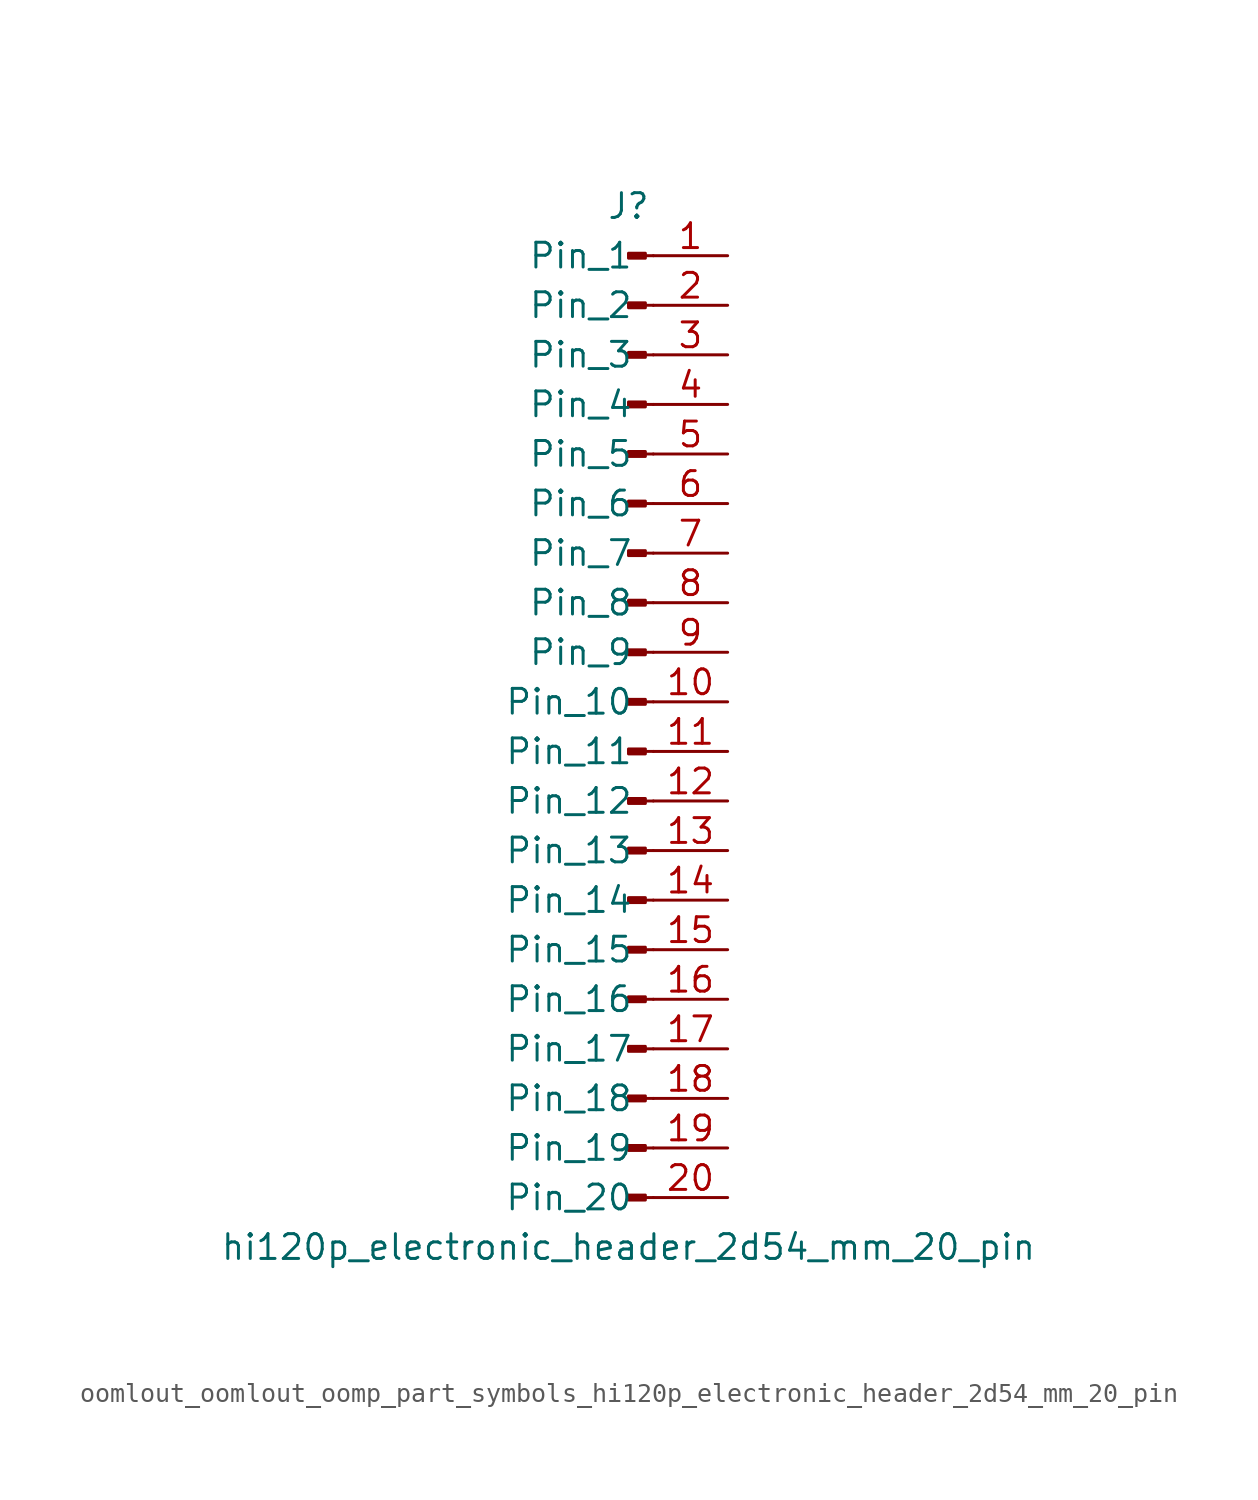
<source format=kicad_sym>
(kicad_symbol_lib
  (version 20220914)
  (generator kicad_symbol_editor)
  (symbol "oomlout_oomlout_oomp_part_symbols_hi120p_electronic_header_2d54_mm_20_pin"
    (pin_names
      (offset 1.016))
    (property "Reference" "J"
      (at 0 25.4 0)
      (effects (font (size 1.27 1.27))))
    (property "Value" "hi120p_electronic_header_2d54_mm_20_pin"
      (at 0 -27.94 0)
      (effects (font (size 1.27 1.27))))
    (property "ki_locked" ""
      (at 0 0 0)
      (effects (font (size 1.27 1.27))))
    (symbol "oomlout_oomlout_oomp_part_symbols_hi120p_electronic_header_2d54_mm_20_pin_1_1"
      (polyline (pts (xy 1.27 -25.4) (xy 0.864 -25.4)) (stroke (width 0.152) (type default)) (fill (type none)))
      (polyline (pts (xy 1.27 -22.86) (xy 0.864 -22.86)) (stroke (width 0.152) (type default)) (fill (type none)))
      (polyline (pts (xy 1.27 -20.32) (xy 0.864 -20.32)) (stroke (width 0.152) (type default)) (fill (type none)))
      (polyline (pts (xy 1.27 -17.78) (xy 0.864 -17.78)) (stroke (width 0.152) (type default)) (fill (type none)))
      (polyline (pts (xy 1.27 -15.24) (xy 0.864 -15.24)) (stroke (width 0.152) (type default)) (fill (type none)))
      (polyline (pts (xy 1.27 -12.7) (xy 0.864 -12.7)) (stroke (width 0.152) (type default)) (fill (type none)))
      (polyline (pts (xy 1.27 -10.16) (xy 0.864 -10.16)) (stroke (width 0.152) (type default)) (fill (type none)))
      (polyline (pts (xy 1.27 -7.62) (xy 0.864 -7.62)) (stroke (width 0.152) (type default)) (fill (type none)))
      (polyline (pts (xy 1.27 -5.08) (xy 0.864 -5.08)) (stroke (width 0.152) (type default)) (fill (type none)))
      (polyline (pts (xy 1.27 -2.54) (xy 0.864 -2.54)) (stroke (width 0.152) (type default)) (fill (type none)))
      (polyline (pts (xy 1.27 0) (xy 0.864 0)) (stroke (width 0.152) (type default)) (fill (type none)))
      (polyline (pts (xy 1.27 2.54) (xy 0.864 2.54)) (stroke (width 0.152) (type default)) (fill (type none)))
      (polyline (pts (xy 1.27 5.08) (xy 0.864 5.08)) (stroke (width 0.152) (type default)) (fill (type none)))
      (polyline (pts (xy 1.27 7.62) (xy 0.864 7.62)) (stroke (width 0.152) (type default)) (fill (type none)))
      (polyline (pts (xy 1.27 10.16) (xy 0.864 10.16)) (stroke (width 0.152) (type default)) (fill (type none)))
      (polyline (pts (xy 1.27 12.7) (xy 0.864 12.7)) (stroke (width 0.152) (type default)) (fill (type none)))
      (polyline (pts (xy 1.27 15.24) (xy 0.864 15.24)) (stroke (width 0.152) (type default)) (fill (type none)))
      (polyline (pts (xy 1.27 17.78) (xy 0.864 17.78)) (stroke (width 0.152) (type default)) (fill (type none)))
      (polyline (pts (xy 1.27 20.32) (xy 0.864 20.32)) (stroke (width 0.152) (type default)) (fill (type none)))
      (polyline (pts (xy 1.27 22.86) (xy 0.864 22.86)) (stroke (width 0.152) (type default)) (fill (type none)))
      (rectangle (start 0.864 -25.273) (end 0 -25.527) (stroke (width 0.152) (type default)) (fill (type outline)))
      (rectangle (start 0.864 -22.733) (end 0 -22.987) (stroke (width 0.152) (type default)) (fill (type outline)))
      (rectangle (start 0.864 -20.193) (end 0 -20.447) (stroke (width 0.152) (type default)) (fill (type outline)))
      (rectangle (start 0.864 -17.653) (end 0 -17.907) (stroke (width 0.152) (type default)) (fill (type outline)))
      (rectangle (start 0.864 -15.113) (end 0 -15.367) (stroke (width 0.152) (type default)) (fill (type outline)))
      (rectangle (start 0.864 -12.573) (end 0 -12.827) (stroke (width 0.152) (type default)) (fill (type outline)))
      (rectangle (start 0.864 -10.033) (end 0 -10.287) (stroke (width 0.152) (type default)) (fill (type outline)))
      (rectangle (start 0.864 -7.493) (end 0 -7.747) (stroke (width 0.152) (type default)) (fill (type outline)))
      (rectangle (start 0.864 -4.953) (end 0 -5.207) (stroke (width 0.152) (type default)) (fill (type outline)))
      (rectangle (start 0.864 -2.413) (end 0 -2.667) (stroke (width 0.152) (type default)) (fill (type outline)))
      (rectangle (start 0.864 0.127) (end 0 -0.127) (stroke (width 0.152) (type default)) (fill (type outline)))
      (rectangle (start 0.864 2.667) (end 0 2.413) (stroke (width 0.152) (type default)) (fill (type outline)))
      (rectangle (start 0.864 5.207) (end 0 4.953) (stroke (width 0.152) (type default)) (fill (type outline)))
      (rectangle (start 0.864 7.747) (end 0 7.493) (stroke (width 0.152) (type default)) (fill (type outline)))
      (rectangle (start 0.864 10.287) (end 0 10.033) (stroke (width 0.152) (type default)) (fill (type outline)))
      (rectangle (start 0.864 12.827) (end 0 12.573) (stroke (width 0.152) (type default)) (fill (type outline)))
      (rectangle (start 0.864 15.367) (end 0 15.113) (stroke (width 0.152) (type default)) (fill (type outline)))
      (rectangle (start 0.864 17.907) (end 0 17.653) (stroke (width 0.152) (type default)) (fill (type outline)))
      (rectangle (start 0.864 20.447) (end 0 20.193) (stroke (width 0.152) (type default)) (fill (type outline)))
      (rectangle (start 0.864 22.987) (end 0 22.733) (stroke (width 0.152) (type default)) (fill (type outline)))
      (pin passive line (at 5.08 22.86 180) (length 3.81) (name "Pin_1" (effects (font (size 1.27 1.27)))) (number "1" (effects (font (size 1.27 1.27)))))
      (pin passive line (at 5.08 0 180) (length 3.81) (name "Pin_10" (effects (font (size 1.27 1.27)))) (number "10" (effects (font (size 1.27 1.27)))))
      (pin passive line (at 5.08 -2.54 180) (length 3.81) (name "Pin_11" (effects (font (size 1.27 1.27)))) (number "11" (effects (font (size 1.27 1.27)))))
      (pin passive line (at 5.08 -5.08 180) (length 3.81) (name "Pin_12" (effects (font (size 1.27 1.27)))) (number "12" (effects (font (size 1.27 1.27)))))
      (pin passive line (at 5.08 -7.62 180) (length 3.81) (name "Pin_13" (effects (font (size 1.27 1.27)))) (number "13" (effects (font (size 1.27 1.27)))))
      (pin passive line (at 5.08 -10.16 180) (length 3.81) (name "Pin_14" (effects (font (size 1.27 1.27)))) (number "14" (effects (font (size 1.27 1.27)))))
      (pin passive line (at 5.08 -12.7 180) (length 3.81) (name "Pin_15" (effects (font (size 1.27 1.27)))) (number "15" (effects (font (size 1.27 1.27)))))
      (pin passive line (at 5.08 -15.24 180) (length 3.81) (name "Pin_16" (effects (font (size 1.27 1.27)))) (number "16" (effects (font (size 1.27 1.27)))))
      (pin passive line (at 5.08 -17.78 180) (length 3.81) (name "Pin_17" (effects (font (size 1.27 1.27)))) (number "17" (effects (font (size 1.27 1.27)))))
      (pin passive line (at 5.08 -20.32 180) (length 3.81) (name "Pin_18" (effects (font (size 1.27 1.27)))) (number "18" (effects (font (size 1.27 1.27)))))
      (pin passive line (at 5.08 -22.86 180) (length 3.81) (name "Pin_19" (effects (font (size 1.27 1.27)))) (number "19" (effects (font (size 1.27 1.27)))))
      (pin passive line (at 5.08 20.32 180) (length 3.81) (name "Pin_2" (effects (font (size 1.27 1.27)))) (number "2" (effects (font (size 1.27 1.27)))))
      (pin passive line (at 5.08 -25.4 180) (length 3.81) (name "Pin_20" (effects (font (size 1.27 1.27)))) (number "20" (effects (font (size 1.27 1.27)))))
      (pin passive line (at 5.08 17.78 180) (length 3.81) (name "Pin_3" (effects (font (size 1.27 1.27)))) (number "3" (effects (font (size 1.27 1.27)))))
      (pin passive line (at 5.08 15.24 180) (length 3.81) (name "Pin_4" (effects (font (size 1.27 1.27)))) (number "4" (effects (font (size 1.27 1.27)))))
      (pin passive line (at 5.08 12.7 180) (length 3.81) (name "Pin_5" (effects (font (size 1.27 1.27)))) (number "5" (effects (font (size 1.27 1.27)))))
      (pin passive line (at 5.08 10.16 180) (length 3.81) (name "Pin_6" (effects (font (size 1.27 1.27)))) (number "6" (effects (font (size 1.27 1.27)))))
      (pin passive line (at 5.08 7.62 180) (length 3.81) (name "Pin_7" (effects (font (size 1.27 1.27)))) (number "7" (effects (font (size 1.27 1.27)))))
      (pin passive line (at 5.08 5.08 180) (length 3.81) (name "Pin_8" (effects (font (size 1.27 1.27)))) (number "8" (effects (font (size 1.27 1.27)))))
      (pin passive line (at 5.08 2.54 180) (length 3.81) (name "Pin_9" (effects (font (size 1.27 1.27)))) (number "9" (effects (font (size 1.27 1.27))))))))
</source>
